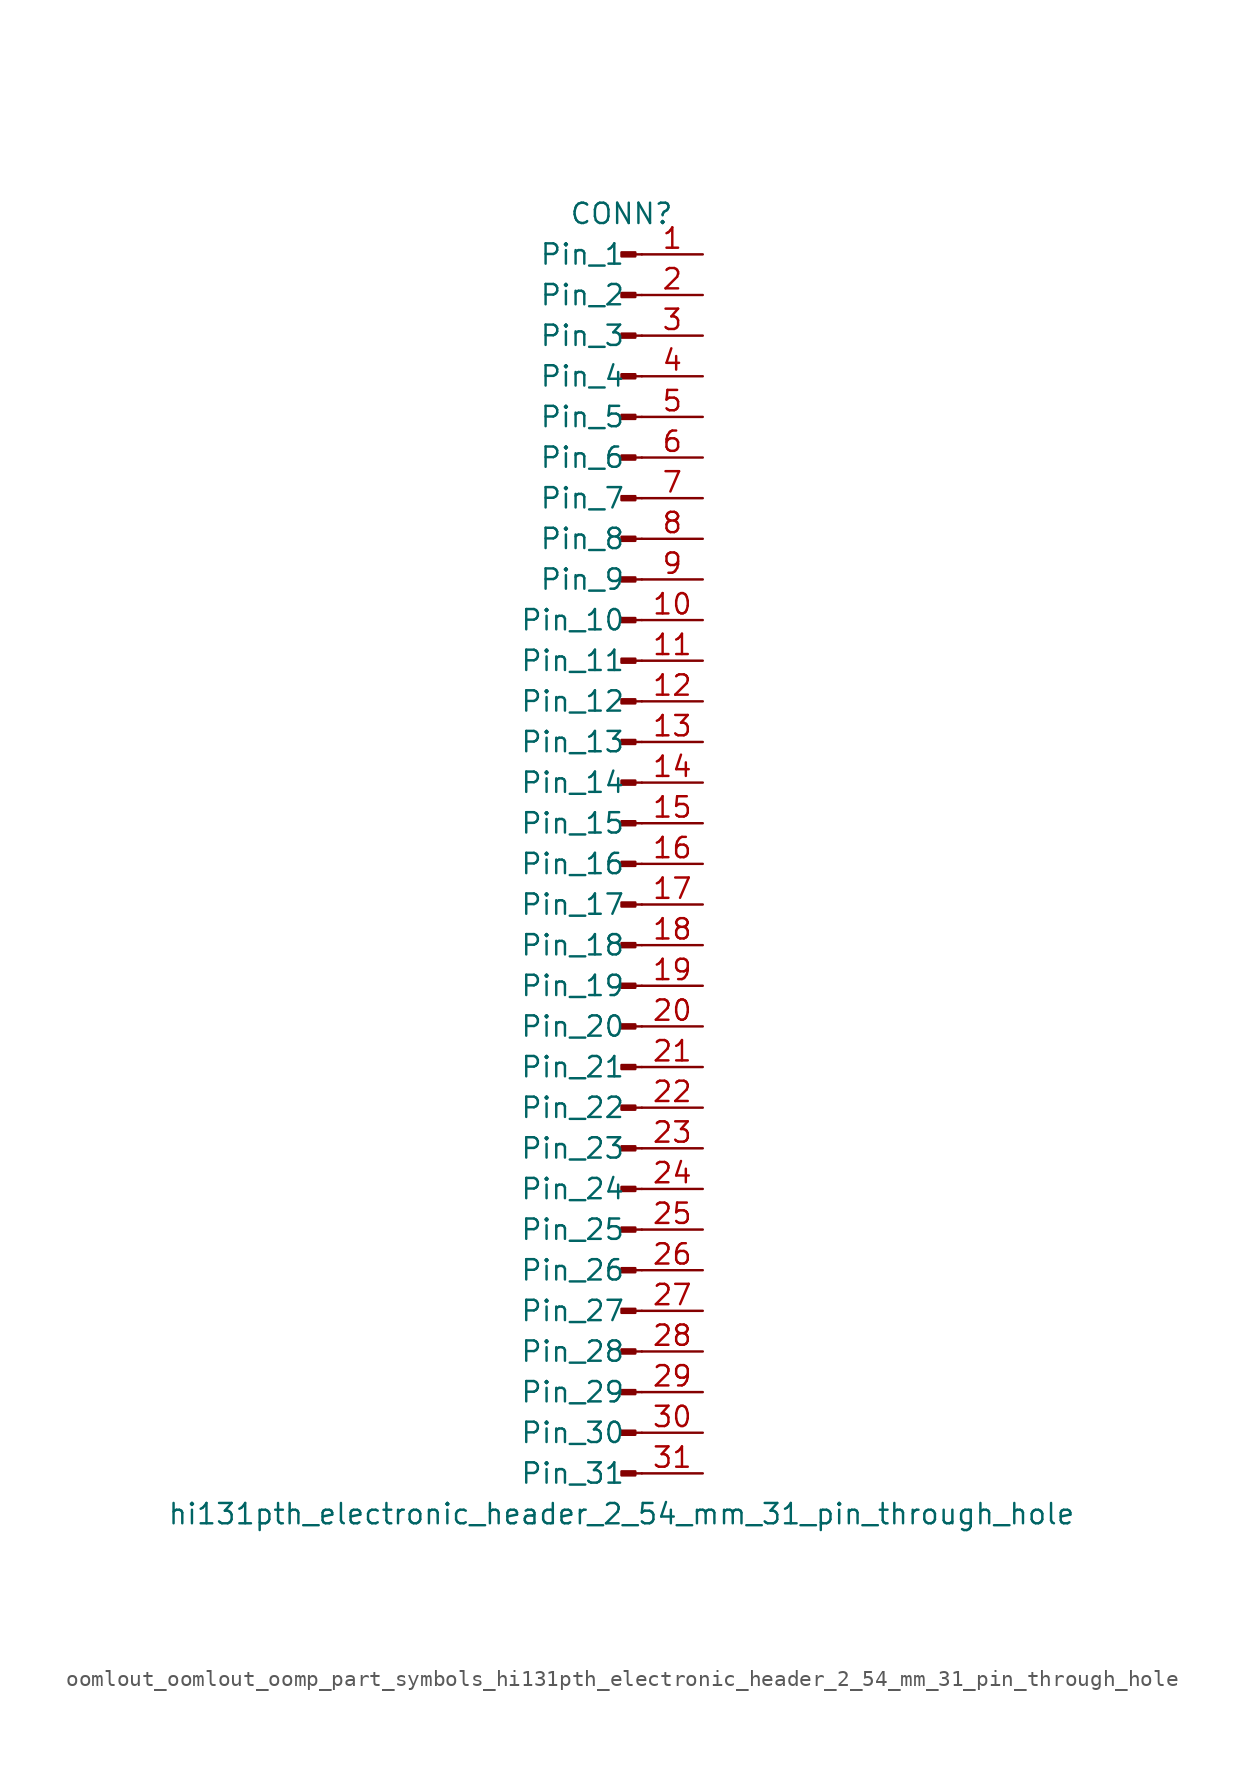
<source format=kicad_sym>
(kicad_symbol_lib
  (version 20220914)
  (generator kicad_symbol_editor)
  (symbol "oomlout_oomlout_oomp_part_symbols_hi131pth_electronic_header_2_54_mm_31_pin_through_hole"
    (pin_names
      (offset 1.016))
    (property "Reference" "CONN"
      (at 0 40.64 0)
      (effects (font (size 1.27 1.27))))
    (property "Value" "hi131pth_electronic_header_2_54_mm_31_pin_through_hole"
      (at 0 -40.64 0)
      (effects (font (size 1.27 1.27))))
    (property "ki_locked" ""
      (at 0 0 0)
      (effects (font (size 1.27 1.27))))
    (symbol "oomlout_oomlout_oomp_part_symbols_hi131pth_electronic_header_2_54_mm_31_pin_through_hole_1_1"
      (polyline (pts (xy 1.27 -38.1) (xy 0.864 -38.1)) (stroke (width 0.152) (type default)) (fill (type none)))
      (polyline (pts (xy 1.27 -35.56) (xy 0.864 -35.56)) (stroke (width 0.152) (type default)) (fill (type none)))
      (polyline (pts (xy 1.27 -33.02) (xy 0.864 -33.02)) (stroke (width 0.152) (type default)) (fill (type none)))
      (polyline (pts (xy 1.27 -30.48) (xy 0.864 -30.48)) (stroke (width 0.152) (type default)) (fill (type none)))
      (polyline (pts (xy 1.27 -27.94) (xy 0.864 -27.94)) (stroke (width 0.152) (type default)) (fill (type none)))
      (polyline (pts (xy 1.27 -25.4) (xy 0.864 -25.4)) (stroke (width 0.152) (type default)) (fill (type none)))
      (polyline (pts (xy 1.27 -22.86) (xy 0.864 -22.86)) (stroke (width 0.152) (type default)) (fill (type none)))
      (polyline (pts (xy 1.27 -20.32) (xy 0.864 -20.32)) (stroke (width 0.152) (type default)) (fill (type none)))
      (polyline (pts (xy 1.27 -17.78) (xy 0.864 -17.78)) (stroke (width 0.152) (type default)) (fill (type none)))
      (polyline (pts (xy 1.27 -15.24) (xy 0.864 -15.24)) (stroke (width 0.152) (type default)) (fill (type none)))
      (polyline (pts (xy 1.27 -12.7) (xy 0.864 -12.7)) (stroke (width 0.152) (type default)) (fill (type none)))
      (polyline (pts (xy 1.27 -10.16) (xy 0.864 -10.16)) (stroke (width 0.152) (type default)) (fill (type none)))
      (polyline (pts (xy 1.27 -7.62) (xy 0.864 -7.62)) (stroke (width 0.152) (type default)) (fill (type none)))
      (polyline (pts (xy 1.27 -5.08) (xy 0.864 -5.08)) (stroke (width 0.152) (type default)) (fill (type none)))
      (polyline (pts (xy 1.27 -2.54) (xy 0.864 -2.54)) (stroke (width 0.152) (type default)) (fill (type none)))
      (polyline (pts (xy 1.27 0) (xy 0.864 0)) (stroke (width 0.152) (type default)) (fill (type none)))
      (polyline (pts (xy 1.27 2.54) (xy 0.864 2.54)) (stroke (width 0.152) (type default)) (fill (type none)))
      (polyline (pts (xy 1.27 5.08) (xy 0.864 5.08)) (stroke (width 0.152) (type default)) (fill (type none)))
      (polyline (pts (xy 1.27 7.62) (xy 0.864 7.62)) (stroke (width 0.152) (type default)) (fill (type none)))
      (polyline (pts (xy 1.27 10.16) (xy 0.864 10.16)) (stroke (width 0.152) (type default)) (fill (type none)))
      (polyline (pts (xy 1.27 12.7) (xy 0.864 12.7)) (stroke (width 0.152) (type default)) (fill (type none)))
      (polyline (pts (xy 1.27 15.24) (xy 0.864 15.24)) (stroke (width 0.152) (type default)) (fill (type none)))
      (polyline (pts (xy 1.27 17.78) (xy 0.864 17.78)) (stroke (width 0.152) (type default)) (fill (type none)))
      (polyline (pts (xy 1.27 20.32) (xy 0.864 20.32)) (stroke (width 0.152) (type default)) (fill (type none)))
      (polyline (pts (xy 1.27 22.86) (xy 0.864 22.86)) (stroke (width 0.152) (type default)) (fill (type none)))
      (polyline (pts (xy 1.27 25.4) (xy 0.864 25.4)) (stroke (width 0.152) (type default)) (fill (type none)))
      (polyline (pts (xy 1.27 27.94) (xy 0.864 27.94)) (stroke (width 0.152) (type default)) (fill (type none)))
      (polyline (pts (xy 1.27 30.48) (xy 0.864 30.48)) (stroke (width 0.152) (type default)) (fill (type none)))
      (polyline (pts (xy 1.27 33.02) (xy 0.864 33.02)) (stroke (width 0.152) (type default)) (fill (type none)))
      (polyline (pts (xy 1.27 35.56) (xy 0.864 35.56)) (stroke (width 0.152) (type default)) (fill (type none)))
      (polyline (pts (xy 1.27 38.1) (xy 0.864 38.1)) (stroke (width 0.152) (type default)) (fill (type none)))
      (rectangle (start 0.864 -37.973) (end 0 -38.227) (stroke (width 0.152) (type default)) (fill (type outline)))
      (rectangle (start 0.864 -35.433) (end 0 -35.687) (stroke (width 0.152) (type default)) (fill (type outline)))
      (rectangle (start 0.864 -32.893) (end 0 -33.147) (stroke (width 0.152) (type default)) (fill (type outline)))
      (rectangle (start 0.864 -30.353) (end 0 -30.607) (stroke (width 0.152) (type default)) (fill (type outline)))
      (rectangle (start 0.864 -27.813) (end 0 -28.067) (stroke (width 0.152) (type default)) (fill (type outline)))
      (rectangle (start 0.864 -25.273) (end 0 -25.527) (stroke (width 0.152) (type default)) (fill (type outline)))
      (rectangle (start 0.864 -22.733) (end 0 -22.987) (stroke (width 0.152) (type default)) (fill (type outline)))
      (rectangle (start 0.864 -20.193) (end 0 -20.447) (stroke (width 0.152) (type default)) (fill (type outline)))
      (rectangle (start 0.864 -17.653) (end 0 -17.907) (stroke (width 0.152) (type default)) (fill (type outline)))
      (rectangle (start 0.864 -15.113) (end 0 -15.367) (stroke (width 0.152) (type default)) (fill (type outline)))
      (rectangle (start 0.864 -12.573) (end 0 -12.827) (stroke (width 0.152) (type default)) (fill (type outline)))
      (rectangle (start 0.864 -10.033) (end 0 -10.287) (stroke (width 0.152) (type default)) (fill (type outline)))
      (rectangle (start 0.864 -7.493) (end 0 -7.747) (stroke (width 0.152) (type default)) (fill (type outline)))
      (rectangle (start 0.864 -4.953) (end 0 -5.207) (stroke (width 0.152) (type default)) (fill (type outline)))
      (rectangle (start 0.864 -2.413) (end 0 -2.667) (stroke (width 0.152) (type default)) (fill (type outline)))
      (rectangle (start 0.864 0.127) (end 0 -0.127) (stroke (width 0.152) (type default)) (fill (type outline)))
      (rectangle (start 0.864 2.667) (end 0 2.413) (stroke (width 0.152) (type default)) (fill (type outline)))
      (rectangle (start 0.864 5.207) (end 0 4.953) (stroke (width 0.152) (type default)) (fill (type outline)))
      (rectangle (start 0.864 7.747) (end 0 7.493) (stroke (width 0.152) (type default)) (fill (type outline)))
      (rectangle (start 0.864 10.287) (end 0 10.033) (stroke (width 0.152) (type default)) (fill (type outline)))
      (rectangle (start 0.864 12.827) (end 0 12.573) (stroke (width 0.152) (type default)) (fill (type outline)))
      (rectangle (start 0.864 15.367) (end 0 15.113) (stroke (width 0.152) (type default)) (fill (type outline)))
      (rectangle (start 0.864 17.907) (end 0 17.653) (stroke (width 0.152) (type default)) (fill (type outline)))
      (rectangle (start 0.864 20.447) (end 0 20.193) (stroke (width 0.152) (type default)) (fill (type outline)))
      (rectangle (start 0.864 22.987) (end 0 22.733) (stroke (width 0.152) (type default)) (fill (type outline)))
      (rectangle (start 0.864 25.527) (end 0 25.273) (stroke (width 0.152) (type default)) (fill (type outline)))
      (rectangle (start 0.864 28.067) (end 0 27.813) (stroke (width 0.152) (type default)) (fill (type outline)))
      (rectangle (start 0.864 30.607) (end 0 30.353) (stroke (width 0.152) (type default)) (fill (type outline)))
      (rectangle (start 0.864 33.147) (end 0 32.893) (stroke (width 0.152) (type default)) (fill (type outline)))
      (rectangle (start 0.864 35.687) (end 0 35.433) (stroke (width 0.152) (type default)) (fill (type outline)))
      (rectangle (start 0.864 38.227) (end 0 37.973) (stroke (width 0.152) (type default)) (fill (type outline)))
      (pin passive line (at 5.08 38.1 180) (length 3.81) (name "Pin_1" (effects (font (size 1.27 1.27)))) (number "1" (effects (font (size 1.27 1.27)))))
      (pin passive line (at 5.08 15.24 180) (length 3.81) (name "Pin_10" (effects (font (size 1.27 1.27)))) (number "10" (effects (font (size 1.27 1.27)))))
      (pin passive line (at 5.08 12.7 180) (length 3.81) (name "Pin_11" (effects (font (size 1.27 1.27)))) (number "11" (effects (font (size 1.27 1.27)))))
      (pin passive line (at 5.08 10.16 180) (length 3.81) (name "Pin_12" (effects (font (size 1.27 1.27)))) (number "12" (effects (font (size 1.27 1.27)))))
      (pin passive line (at 5.08 7.62 180) (length 3.81) (name "Pin_13" (effects (font (size 1.27 1.27)))) (number "13" (effects (font (size 1.27 1.27)))))
      (pin passive line (at 5.08 5.08 180) (length 3.81) (name "Pin_14" (effects (font (size 1.27 1.27)))) (number "14" (effects (font (size 1.27 1.27)))))
      (pin passive line (at 5.08 2.54 180) (length 3.81) (name "Pin_15" (effects (font (size 1.27 1.27)))) (number "15" (effects (font (size 1.27 1.27)))))
      (pin passive line (at 5.08 0 180) (length 3.81) (name "Pin_16" (effects (font (size 1.27 1.27)))) (number "16" (effects (font (size 1.27 1.27)))))
      (pin passive line (at 5.08 -2.54 180) (length 3.81) (name "Pin_17" (effects (font (size 1.27 1.27)))) (number "17" (effects (font (size 1.27 1.27)))))
      (pin passive line (at 5.08 -5.08 180) (length 3.81) (name "Pin_18" (effects (font (size 1.27 1.27)))) (number "18" (effects (font (size 1.27 1.27)))))
      (pin passive line (at 5.08 -7.62 180) (length 3.81) (name "Pin_19" (effects (font (size 1.27 1.27)))) (number "19" (effects (font (size 1.27 1.27)))))
      (pin passive line (at 5.08 35.56 180) (length 3.81) (name "Pin_2" (effects (font (size 1.27 1.27)))) (number "2" (effects (font (size 1.27 1.27)))))
      (pin passive line (at 5.08 -10.16 180) (length 3.81) (name "Pin_20" (effects (font (size 1.27 1.27)))) (number "20" (effects (font (size 1.27 1.27)))))
      (pin passive line (at 5.08 -12.7 180) (length 3.81) (name "Pin_21" (effects (font (size 1.27 1.27)))) (number "21" (effects (font (size 1.27 1.27)))))
      (pin passive line (at 5.08 -15.24 180) (length 3.81) (name "Pin_22" (effects (font (size 1.27 1.27)))) (number "22" (effects (font (size 1.27 1.27)))))
      (pin passive line (at 5.08 -17.78 180) (length 3.81) (name "Pin_23" (effects (font (size 1.27 1.27)))) (number "23" (effects (font (size 1.27 1.27)))))
      (pin passive line (at 5.08 -20.32 180) (length 3.81) (name "Pin_24" (effects (font (size 1.27 1.27)))) (number "24" (effects (font (size 1.27 1.27)))))
      (pin passive line (at 5.08 -22.86 180) (length 3.81) (name "Pin_25" (effects (font (size 1.27 1.27)))) (number "25" (effects (font (size 1.27 1.27)))))
      (pin passive line (at 5.08 -25.4 180) (length 3.81) (name "Pin_26" (effects (font (size 1.27 1.27)))) (number "26" (effects (font (size 1.27 1.27)))))
      (pin passive line (at 5.08 -27.94 180) (length 3.81) (name "Pin_27" (effects (font (size 1.27 1.27)))) (number "27" (effects (font (size 1.27 1.27)))))
      (pin passive line (at 5.08 -30.48 180) (length 3.81) (name "Pin_28" (effects (font (size 1.27 1.27)))) (number "28" (effects (font (size 1.27 1.27)))))
      (pin passive line (at 5.08 -33.02 180) (length 3.81) (name "Pin_29" (effects (font (size 1.27 1.27)))) (number "29" (effects (font (size 1.27 1.27)))))
      (pin passive line (at 5.08 33.02 180) (length 3.81) (name "Pin_3" (effects (font (size 1.27 1.27)))) (number "3" (effects (font (size 1.27 1.27)))))
      (pin passive line (at 5.08 -35.56 180) (length 3.81) (name "Pin_30" (effects (font (size 1.27 1.27)))) (number "30" (effects (font (size 1.27 1.27)))))
      (pin passive line (at 5.08 -38.1 180) (length 3.81) (name "Pin_31" (effects (font (size 1.27 1.27)))) (number "31" (effects (font (size 1.27 1.27)))))
      (pin passive line (at 5.08 30.48 180) (length 3.81) (name "Pin_4" (effects (font (size 1.27 1.27)))) (number "4" (effects (font (size 1.27 1.27)))))
      (pin passive line (at 5.08 27.94 180) (length 3.81) (name "Pin_5" (effects (font (size 1.27 1.27)))) (number "5" (effects (font (size 1.27 1.27)))))
      (pin passive line (at 5.08 25.4 180) (length 3.81) (name "Pin_6" (effects (font (size 1.27 1.27)))) (number "6" (effects (font (size 1.27 1.27)))))
      (pin passive line (at 5.08 22.86 180) (length 3.81) (name "Pin_7" (effects (font (size 1.27 1.27)))) (number "7" (effects (font (size 1.27 1.27)))))
      (pin passive line (at 5.08 20.32 180) (length 3.81) (name "Pin_8" (effects (font (size 1.27 1.27)))) (number "8" (effects (font (size 1.27 1.27)))))
      (pin passive line (at 5.08 17.78 180) (length 3.81) (name "Pin_9" (effects (font (size 1.27 1.27)))) (number "9" (effects (font (size 1.27 1.27))))))))
</source>
